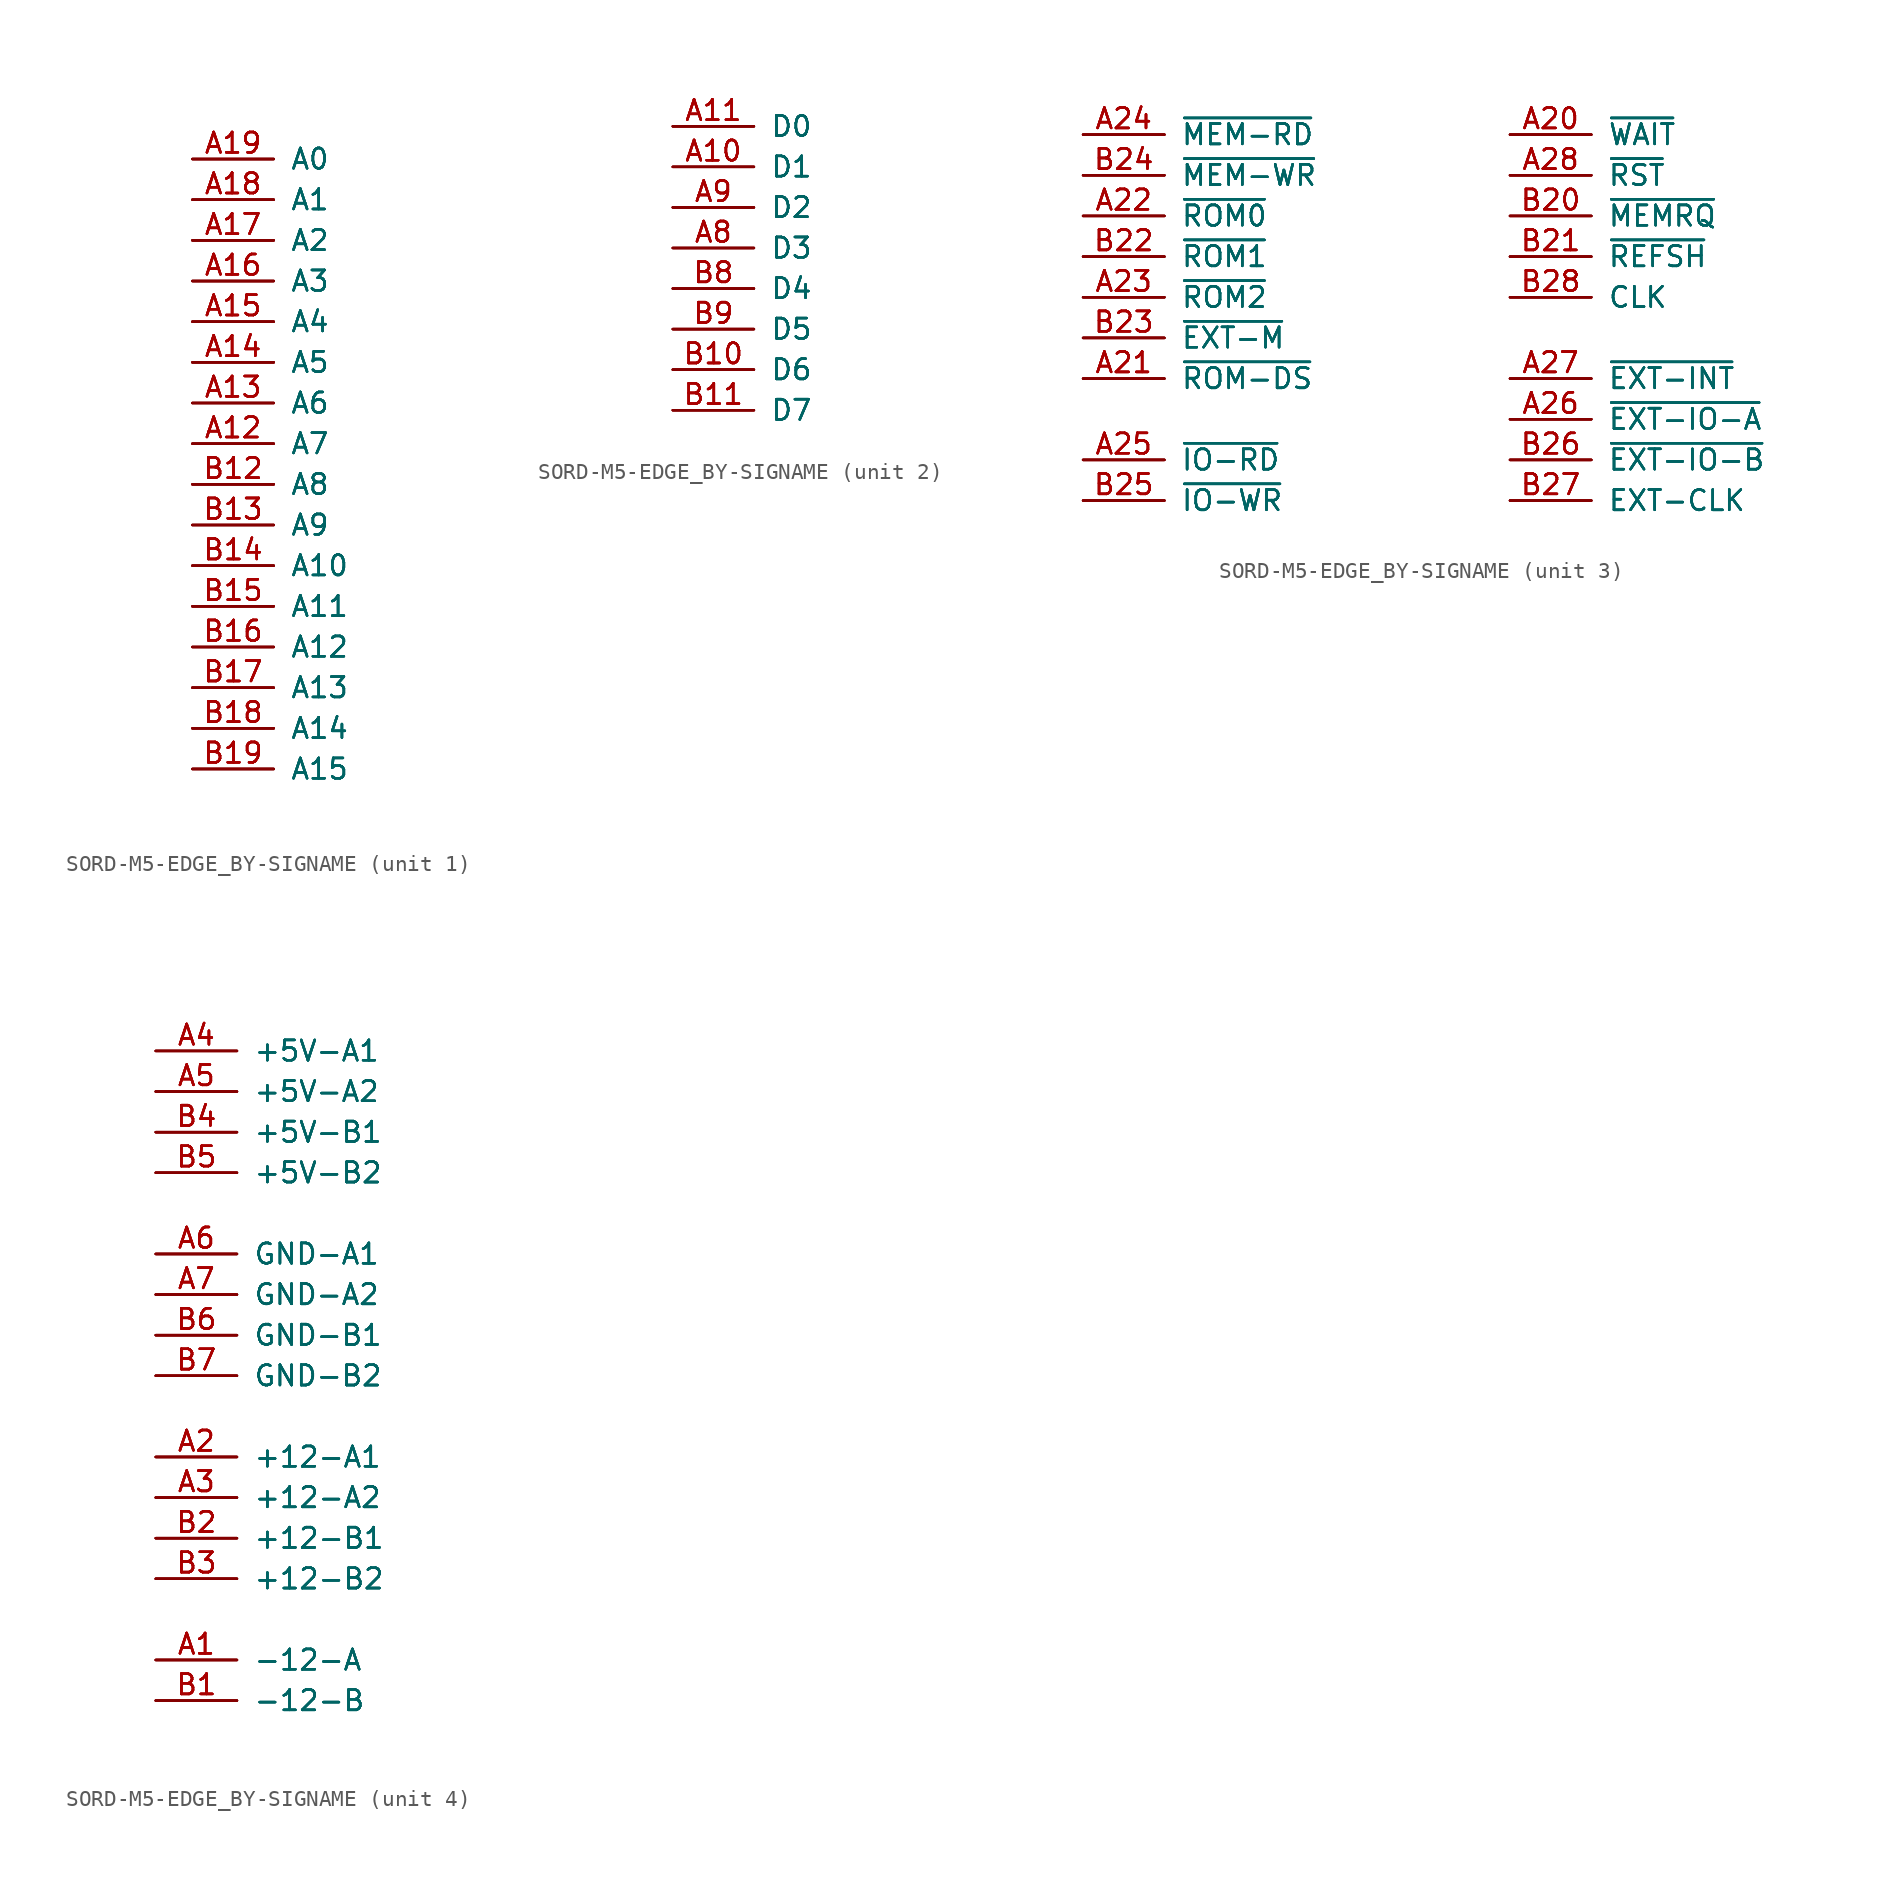
<source format=kicad_sym>
(kicad_symbol_lib
  (version 20231120)
  (generator "kicad_symbol_editor")
  (generator_version "8.0")
  (symbol "SORD-M5-EDGE_BY-SIGNAME"
    (pin_names
      (offset 1.016))
    (property "Reference" "U"
      (at -4.572 28.194 0)
      (effects (font (size 1.27 1.27)) (hide yes)))
    (property "ki_locked" ""
      (at 0 0 0)
      (effects (font (size 1.27 1.27))))
    (symbol "SORD-M5-EDGE_BY-SIGNAME_1_0"
      (pin output line (at -2.54 1.27 0) (length 5.08) (name "A7" (effects (font (size 1.27 1.27)))) (number "A12" (effects (font (size 1.27 1.27)))))
      (pin output line (at -2.54 1.27 0) (length 5.08) (name "A7" (effects (font (size 1.27 1.27)))) (number "A12" (effects (font (size 1.27 1.27)))))
      (pin output line (at -2.54 1.27 0) (length 5.08) (name "A7" (effects (font (size 1.27 1.27)))) (number "A12" (effects (font (size 1.27 1.27)))))
      (pin output line (at -2.54 1.27 0) (length 5.08) (name "A7" (effects (font (size 1.27 1.27)))) (number "A12" (effects (font (size 1.27 1.27)))))
      (pin output line (at -2.54 3.81 0) (length 5.08) (name "A6" (effects (font (size 1.27 1.27)))) (number "A13" (effects (font (size 1.27 1.27)))))
      (pin output line (at -2.54 3.81 0) (length 5.08) (name "A6" (effects (font (size 1.27 1.27)))) (number "A13" (effects (font (size 1.27 1.27)))))
      (pin output line (at -2.54 3.81 0) (length 5.08) (name "A6" (effects (font (size 1.27 1.27)))) (number "A13" (effects (font (size 1.27 1.27)))))
      (pin output line (at -2.54 3.81 0) (length 5.08) (name "A6" (effects (font (size 1.27 1.27)))) (number "A13" (effects (font (size 1.27 1.27)))))
      (pin output line (at -2.54 6.35 0) (length 5.08) (name "A5" (effects (font (size 1.27 1.27)))) (number "A14" (effects (font (size 1.27 1.27)))))
      (pin output line (at -2.54 6.35 0) (length 5.08) (name "A5" (effects (font (size 1.27 1.27)))) (number "A14" (effects (font (size 1.27 1.27)))))
      (pin output line (at -2.54 6.35 0) (length 5.08) (name "A5" (effects (font (size 1.27 1.27)))) (number "A14" (effects (font (size 1.27 1.27)))))
      (pin output line (at -2.54 6.35 0) (length 5.08) (name "A5" (effects (font (size 1.27 1.27)))) (number "A14" (effects (font (size 1.27 1.27)))))
      (pin output line (at -2.54 8.89 0) (length 5.08) (name "A4" (effects (font (size 1.27 1.27)))) (number "A15" (effects (font (size 1.27 1.27)))))
      (pin output line (at -2.54 8.89 0) (length 5.08) (name "A4" (effects (font (size 1.27 1.27)))) (number "A15" (effects (font (size 1.27 1.27)))))
      (pin output line (at -2.54 8.89 0) (length 5.08) (name "A4" (effects (font (size 1.27 1.27)))) (number "A15" (effects (font (size 1.27 1.27)))))
      (pin output line (at -2.54 8.89 0) (length 5.08) (name "A4" (effects (font (size 1.27 1.27)))) (number "A15" (effects (font (size 1.27 1.27)))))
      (pin output line (at -2.54 11.43 0) (length 5.08) (name "A3" (effects (font (size 1.27 1.27)))) (number "A16" (effects (font (size 1.27 1.27)))))
      (pin output line (at -2.54 11.43 0) (length 5.08) (name "A3" (effects (font (size 1.27 1.27)))) (number "A16" (effects (font (size 1.27 1.27)))))
      (pin output line (at -2.54 11.43 0) (length 5.08) (name "A3" (effects (font (size 1.27 1.27)))) (number "A16" (effects (font (size 1.27 1.27)))))
      (pin output line (at -2.54 11.43 0) (length 5.08) (name "A3" (effects (font (size 1.27 1.27)))) (number "A16" (effects (font (size 1.27 1.27)))))
      (pin output line (at -2.54 13.97 0) (length 5.08) (name "A2" (effects (font (size 1.27 1.27)))) (number "A17" (effects (font (size 1.27 1.27)))))
      (pin output line (at -2.54 13.97 0) (length 5.08) (name "A2" (effects (font (size 1.27 1.27)))) (number "A17" (effects (font (size 1.27 1.27)))))
      (pin output line (at -2.54 13.97 0) (length 5.08) (name "A2" (effects (font (size 1.27 1.27)))) (number "A17" (effects (font (size 1.27 1.27)))))
      (pin output line (at -2.54 13.97 0) (length 5.08) (name "A2" (effects (font (size 1.27 1.27)))) (number "A17" (effects (font (size 1.27 1.27)))))
      (pin output line (at -2.54 16.51 0) (length 5.08) (name "A1" (effects (font (size 1.27 1.27)))) (number "A18" (effects (font (size 1.27 1.27)))))
      (pin output line (at -2.54 16.51 0) (length 5.08) (name "A1" (effects (font (size 1.27 1.27)))) (number "A18" (effects (font (size 1.27 1.27)))))
      (pin output line (at -2.54 16.51 0) (length 5.08) (name "A1" (effects (font (size 1.27 1.27)))) (number "A18" (effects (font (size 1.27 1.27)))))
      (pin output line (at -2.54 16.51 0) (length 5.08) (name "A1" (effects (font (size 1.27 1.27)))) (number "A18" (effects (font (size 1.27 1.27)))))
      (pin output line (at -2.54 19.05 0) (length 5.08) (name "A0" (effects (font (size 1.27 1.27)))) (number "A19" (effects (font (size 1.27 1.27)))))
      (pin output line (at -2.54 19.05 0) (length 5.08) (name "A0" (effects (font (size 1.27 1.27)))) (number "A19" (effects (font (size 1.27 1.27)))))
      (pin output line (at -2.54 19.05 0) (length 5.08) (name "A0" (effects (font (size 1.27 1.27)))) (number "A19" (effects (font (size 1.27 1.27)))))
      (pin output line (at -2.54 19.05 0) (length 5.08) (name "A0" (effects (font (size 1.27 1.27)))) (number "A19" (effects (font (size 1.27 1.27)))))
      (pin output line (at -2.54 -1.27 0) (length 5.08) (name "A8" (effects (font (size 1.27 1.27)))) (number "B12" (effects (font (size 1.27 1.27)))))
      (pin output line (at -2.54 -1.27 0) (length 5.08) (name "A8" (effects (font (size 1.27 1.27)))) (number "B12" (effects (font (size 1.27 1.27)))))
      (pin output line (at -2.54 -1.27 0) (length 5.08) (name "A8" (effects (font (size 1.27 1.27)))) (number "B12" (effects (font (size 1.27 1.27)))))
      (pin output line (at -2.54 -1.27 0) (length 5.08) (name "A8" (effects (font (size 1.27 1.27)))) (number "B12" (effects (font (size 1.27 1.27)))))
      (pin output line (at -2.54 -3.81 0) (length 5.08) (name "A9" (effects (font (size 1.27 1.27)))) (number "B13" (effects (font (size 1.27 1.27)))))
      (pin output line (at -2.54 -3.81 0) (length 5.08) (name "A9" (effects (font (size 1.27 1.27)))) (number "B13" (effects (font (size 1.27 1.27)))))
      (pin output line (at -2.54 -3.81 0) (length 5.08) (name "A9" (effects (font (size 1.27 1.27)))) (number "B13" (effects (font (size 1.27 1.27)))))
      (pin output line (at -2.54 -3.81 0) (length 5.08) (name "A9" (effects (font (size 1.27 1.27)))) (number "B13" (effects (font (size 1.27 1.27)))))
      (pin output line (at -2.54 -6.35 0) (length 5.08) (name "A10" (effects (font (size 1.27 1.27)))) (number "B14" (effects (font (size 1.27 1.27)))))
      (pin output line (at -2.54 -6.35 0) (length 5.08) (name "A10" (effects (font (size 1.27 1.27)))) (number "B14" (effects (font (size 1.27 1.27)))))
      (pin output line (at -2.54 -6.35 0) (length 5.08) (name "A10" (effects (font (size 1.27 1.27)))) (number "B14" (effects (font (size 1.27 1.27)))))
      (pin output line (at -2.54 -6.35 0) (length 5.08) (name "A10" (effects (font (size 1.27 1.27)))) (number "B14" (effects (font (size 1.27 1.27)))))
      (pin output line (at -2.54 -8.89 0) (length 5.08) (name "A11" (effects (font (size 1.27 1.27)))) (number "B15" (effects (font (size 1.27 1.27)))))
      (pin output line (at -2.54 -8.89 0) (length 5.08) (name "A11" (effects (font (size 1.27 1.27)))) (number "B15" (effects (font (size 1.27 1.27)))))
      (pin output line (at -2.54 -8.89 0) (length 5.08) (name "A11" (effects (font (size 1.27 1.27)))) (number "B15" (effects (font (size 1.27 1.27)))))
      (pin output line (at -2.54 -8.89 0) (length 5.08) (name "A11" (effects (font (size 1.27 1.27)))) (number "B15" (effects (font (size 1.27 1.27)))))
      (pin output line (at -2.54 -11.43 0) (length 5.08) (name "A12" (effects (font (size 1.27 1.27)))) (number "B16" (effects (font (size 1.27 1.27)))))
      (pin output line (at -2.54 -11.43 0) (length 5.08) (name "A12" (effects (font (size 1.27 1.27)))) (number "B16" (effects (font (size 1.27 1.27)))))
      (pin output line (at -2.54 -11.43 0) (length 5.08) (name "A12" (effects (font (size 1.27 1.27)))) (number "B16" (effects (font (size 1.27 1.27)))))
      (pin output line (at -2.54 -11.43 0) (length 5.08) (name "A12" (effects (font (size 1.27 1.27)))) (number "B16" (effects (font (size 1.27 1.27)))))
      (pin output line (at -2.54 -13.97 0) (length 5.08) (name "A13" (effects (font (size 1.27 1.27)))) (number "B17" (effects (font (size 1.27 1.27)))))
      (pin output line (at -2.54 -13.97 0) (length 5.08) (name "A13" (effects (font (size 1.27 1.27)))) (number "B17" (effects (font (size 1.27 1.27)))))
      (pin output line (at -2.54 -13.97 0) (length 5.08) (name "A13" (effects (font (size 1.27 1.27)))) (number "B17" (effects (font (size 1.27 1.27)))))
      (pin output line (at -2.54 -13.97 0) (length 5.08) (name "A13" (effects (font (size 1.27 1.27)))) (number "B17" (effects (font (size 1.27 1.27)))))
      (pin output line (at -2.54 -16.51 0) (length 5.08) (name "A14" (effects (font (size 1.27 1.27)))) (number "B18" (effects (font (size 1.27 1.27)))))
      (pin output line (at -2.54 -16.51 0) (length 5.08) (name "A14" (effects (font (size 1.27 1.27)))) (number "B18" (effects (font (size 1.27 1.27)))))
      (pin output line (at -2.54 -16.51 0) (length 5.08) (name "A14" (effects (font (size 1.27 1.27)))) (number "B18" (effects (font (size 1.27 1.27)))))
      (pin output line (at -2.54 -16.51 0) (length 5.08) (name "A14" (effects (font (size 1.27 1.27)))) (number "B18" (effects (font (size 1.27 1.27)))))
      (pin output line (at -2.54 -19.05 0) (length 5.08) (name "A15" (effects (font (size 1.27 1.27)))) (number "B19" (effects (font (size 1.27 1.27)))))
      (pin output line (at -2.54 -19.05 0) (length 5.08) (name "A15" (effects (font (size 1.27 1.27)))) (number "B19" (effects (font (size 1.27 1.27)))))
      (pin output line (at -2.54 -19.05 0) (length 5.08) (name "A15" (effects (font (size 1.27 1.27)))) (number "B19" (effects (font (size 1.27 1.27)))))
      (pin output line (at -2.54 -19.05 0) (length 5.08) (name "A15" (effects (font (size 1.27 1.27)))) (number "B19" (effects (font (size 1.27 1.27))))))
    (symbol "SORD-M5-EDGE_BY-SIGNAME_2_0"
      (pin bidirectional line (at -1.27 6.35 0) (length 5.08) (name "D1" (effects (font (size 1.27 1.27)))) (number "A10" (effects (font (size 1.27 1.27)))))
      (pin bidirectional line (at -1.27 6.35 0) (length 5.08) (name "D1" (effects (font (size 1.27 1.27)))) (number "A10" (effects (font (size 1.27 1.27)))))
      (pin bidirectional line (at -1.27 6.35 0) (length 5.08) (name "D1" (effects (font (size 1.27 1.27)))) (number "A10" (effects (font (size 1.27 1.27)))))
      (pin bidirectional line (at -1.27 6.35 0) (length 5.08) (name "D1" (effects (font (size 1.27 1.27)))) (number "A10" (effects (font (size 1.27 1.27)))))
      (pin bidirectional line (at -1.27 8.89 0) (length 5.08) (name "D0" (effects (font (size 1.27 1.27)))) (number "A11" (effects (font (size 1.27 1.27)))))
      (pin bidirectional line (at -1.27 8.89 0) (length 5.08) (name "D0" (effects (font (size 1.27 1.27)))) (number "A11" (effects (font (size 1.27 1.27)))))
      (pin bidirectional line (at -1.27 8.89 0) (length 5.08) (name "D0" (effects (font (size 1.27 1.27)))) (number "A11" (effects (font (size 1.27 1.27)))))
      (pin bidirectional line (at -1.27 8.89 0) (length 5.08) (name "D0" (effects (font (size 1.27 1.27)))) (number "A11" (effects (font (size 1.27 1.27)))))
      (pin bidirectional line (at -1.27 1.27 0) (length 5.08) (name "D3" (effects (font (size 1.27 1.27)))) (number "A8" (effects (font (size 1.27 1.27)))))
      (pin bidirectional line (at -1.27 1.27 0) (length 5.08) (name "D3" (effects (font (size 1.27 1.27)))) (number "A8" (effects (font (size 1.27 1.27)))))
      (pin bidirectional line (at -1.27 1.27 0) (length 5.08) (name "D3" (effects (font (size 1.27 1.27)))) (number "A8" (effects (font (size 1.27 1.27)))))
      (pin bidirectional line (at -1.27 1.27 0) (length 5.08) (name "D3" (effects (font (size 1.27 1.27)))) (number "A8" (effects (font (size 1.27 1.27)))))
      (pin bidirectional line (at -1.27 3.81 0) (length 5.08) (name "D2" (effects (font (size 1.27 1.27)))) (number "A9" (effects (font (size 1.27 1.27)))))
      (pin bidirectional line (at -1.27 3.81 0) (length 5.08) (name "D2" (effects (font (size 1.27 1.27)))) (number "A9" (effects (font (size 1.27 1.27)))))
      (pin bidirectional line (at -1.27 3.81 0) (length 5.08) (name "D2" (effects (font (size 1.27 1.27)))) (number "A9" (effects (font (size 1.27 1.27)))))
      (pin bidirectional line (at -1.27 3.81 0) (length 5.08) (name "D2" (effects (font (size 1.27 1.27)))) (number "A9" (effects (font (size 1.27 1.27)))))
      (pin bidirectional line (at -1.27 -6.35 0) (length 5.08) (name "D6" (effects (font (size 1.27 1.27)))) (number "B10" (effects (font (size 1.27 1.27)))))
      (pin bidirectional line (at -1.27 -6.35 0) (length 5.08) (name "D6" (effects (font (size 1.27 1.27)))) (number "B10" (effects (font (size 1.27 1.27)))))
      (pin bidirectional line (at -1.27 -6.35 0) (length 5.08) (name "D6" (effects (font (size 1.27 1.27)))) (number "B10" (effects (font (size 1.27 1.27)))))
      (pin bidirectional line (at -1.27 -6.35 0) (length 5.08) (name "D6" (effects (font (size 1.27 1.27)))) (number "B10" (effects (font (size 1.27 1.27)))))
      (pin bidirectional line (at -1.27 -8.89 0) (length 5.08) (name "D7" (effects (font (size 1.27 1.27)))) (number "B11" (effects (font (size 1.27 1.27)))))
      (pin bidirectional line (at -1.27 -8.89 0) (length 5.08) (name "D7" (effects (font (size 1.27 1.27)))) (number "B11" (effects (font (size 1.27 1.27)))))
      (pin bidirectional line (at -1.27 -8.89 0) (length 5.08) (name "D7" (effects (font (size 1.27 1.27)))) (number "B11" (effects (font (size 1.27 1.27)))))
      (pin bidirectional line (at -1.27 -8.89 0) (length 5.08) (name "D7" (effects (font (size 1.27 1.27)))) (number "B11" (effects (font (size 1.27 1.27)))))
      (pin bidirectional line (at -1.27 -1.27 0) (length 5.08) (name "D4" (effects (font (size 1.27 1.27)))) (number "B8" (effects (font (size 1.27 1.27)))))
      (pin bidirectional line (at -1.27 -1.27 0) (length 5.08) (name "D4" (effects (font (size 1.27 1.27)))) (number "B8" (effects (font (size 1.27 1.27)))))
      (pin bidirectional line (at -1.27 -1.27 0) (length 5.08) (name "D4" (effects (font (size 1.27 1.27)))) (number "B8" (effects (font (size 1.27 1.27)))))
      (pin bidirectional line (at -1.27 -1.27 0) (length 5.08) (name "D4" (effects (font (size 1.27 1.27)))) (number "B8" (effects (font (size 1.27 1.27)))))
      (pin bidirectional line (at -1.27 -3.81 0) (length 5.08) (name "D5" (effects (font (size 1.27 1.27)))) (number "B9" (effects (font (size 1.27 1.27)))))
      (pin bidirectional line (at -1.27 -3.81 0) (length 5.08) (name "D5" (effects (font (size 1.27 1.27)))) (number "B9" (effects (font (size 1.27 1.27)))))
      (pin bidirectional line (at -1.27 -3.81 0) (length 5.08) (name "D5" (effects (font (size 1.27 1.27)))) (number "B9" (effects (font (size 1.27 1.27)))))
      (pin bidirectional line (at -1.27 -3.81 0) (length 5.08) (name "D5" (effects (font (size 1.27 1.27)))) (number "B9" (effects (font (size 1.27 1.27))))))
    (symbol "SORD-M5-EDGE_BY-SIGNAME_3_0"
      (pin input line (at 11.43 11.43 0) (length 5.08) (name "~{WAIT}" (effects (font (size 1.27 1.27)))) (number "A20" (effects (font (size 1.27 1.27)))))
      (pin input line (at 11.43 11.43 0) (length 5.08) (name "~{WAIT}" (effects (font (size 1.27 1.27)))) (number "A20" (effects (font (size 1.27 1.27)))))
      (pin input line (at 11.43 11.43 0) (length 5.08) (name "~{WAIT}" (effects (font (size 1.27 1.27)))) (number "A20" (effects (font (size 1.27 1.27)))))
      (pin input line (at 11.43 11.43 0) (length 5.08) (name "~{WAIT}" (effects (font (size 1.27 1.27)))) (number "A20" (effects (font (size 1.27 1.27)))))
      (pin input line (at -15.24 -3.81 0) (length 5.08) (name "~{ROM-DS}" (effects (font (size 1.27 1.27)))) (number "A21" (effects (font (size 1.27 1.27)))))
      (pin input line (at -15.24 -3.81 0) (length 5.08) (name "~{ROM-DS}" (effects (font (size 1.27 1.27)))) (number "A21" (effects (font (size 1.27 1.27)))))
      (pin input line (at -15.24 -3.81 0) (length 5.08) (name "~{ROM-DS}" (effects (font (size 1.27 1.27)))) (number "A21" (effects (font (size 1.27 1.27)))))
      (pin input line (at -15.24 -3.81 0) (length 5.08) (name "~{ROM-DS}" (effects (font (size 1.27 1.27)))) (number "A21" (effects (font (size 1.27 1.27)))))
      (pin output line (at -15.24 6.35 0) (length 5.08) (name "~{ROM0}" (effects (font (size 1.27 1.27)))) (number "A22" (effects (font (size 1.27 1.27)))))
      (pin output line (at -15.24 6.35 0) (length 5.08) (name "~{ROM0}" (effects (font (size 1.27 1.27)))) (number "A22" (effects (font (size 1.27 1.27)))))
      (pin output line (at -15.24 6.35 0) (length 5.08) (name "~{ROM0}" (effects (font (size 1.27 1.27)))) (number "A22" (effects (font (size 1.27 1.27)))))
      (pin output line (at -15.24 6.35 0) (length 5.08) (name "~{ROM0}" (effects (font (size 1.27 1.27)))) (number "A22" (effects (font (size 1.27 1.27)))))
      (pin output line (at -15.24 1.27 0) (length 5.08) (name "~{ROM2}" (effects (font (size 1.27 1.27)))) (number "A23" (effects (font (size 1.27 1.27)))))
      (pin output line (at -15.24 1.27 0) (length 5.08) (name "~{ROM2}" (effects (font (size 1.27 1.27)))) (number "A23" (effects (font (size 1.27 1.27)))))
      (pin output line (at -15.24 1.27 0) (length 5.08) (name "~{ROM2}" (effects (font (size 1.27 1.27)))) (number "A23" (effects (font (size 1.27 1.27)))))
      (pin output line (at -15.24 1.27 0) (length 5.08) (name "~{ROM2}" (effects (font (size 1.27 1.27)))) (number "A23" (effects (font (size 1.27 1.27)))))
      (pin output line (at -15.24 11.43 0) (length 5.08) (name "~{MEM-RD}" (effects (font (size 1.27 1.27)))) (number "A24" (effects (font (size 1.27 1.27)))))
      (pin output line (at -15.24 11.43 0) (length 5.08) (name "~{MEM-RD}" (effects (font (size 1.27 1.27)))) (number "A24" (effects (font (size 1.27 1.27)))))
      (pin output line (at -15.24 11.43 0) (length 5.08) (name "~{MEM-RD}" (effects (font (size 1.27 1.27)))) (number "A24" (effects (font (size 1.27 1.27)))))
      (pin output line (at -15.24 11.43 0) (length 5.08) (name "~{MEM-RD}" (effects (font (size 1.27 1.27)))) (number "A24" (effects (font (size 1.27 1.27)))))
      (pin output line (at -15.24 -8.89 0) (length 5.08) (name "~{IO-RD}" (effects (font (size 1.27 1.27)))) (number "A25" (effects (font (size 1.27 1.27)))))
      (pin output line (at -15.24 -8.89 0) (length 5.08) (name "~{IO-RD}" (effects (font (size 1.27 1.27)))) (number "A25" (effects (font (size 1.27 1.27)))))
      (pin output line (at -15.24 -8.89 0) (length 5.08) (name "~{IO-RD}" (effects (font (size 1.27 1.27)))) (number "A25" (effects (font (size 1.27 1.27)))))
      (pin output line (at -15.24 -8.89 0) (length 5.08) (name "~{IO-RD}" (effects (font (size 1.27 1.27)))) (number "A25" (effects (font (size 1.27 1.27)))))
      (pin output line (at 11.43 -6.35 0) (length 5.08) (name "~{EXT-IO-A}" (effects (font (size 1.27 1.27)))) (number "A26" (effects (font (size 1.27 1.27)))))
      (pin output line (at 11.43 -6.35 0) (length 5.08) (name "~{EXT-IO-A}" (effects (font (size 1.27 1.27)))) (number "A26" (effects (font (size 1.27 1.27)))))
      (pin output line (at 11.43 -6.35 0) (length 5.08) (name "~{EXT-IO-A}" (effects (font (size 1.27 1.27)))) (number "A26" (effects (font (size 1.27 1.27)))))
      (pin output line (at 11.43 -6.35 0) (length 5.08) (name "~{EXT-IO-A}" (effects (font (size 1.27 1.27)))) (number "A26" (effects (font (size 1.27 1.27)))))
      (pin output line (at 11.43 -3.81 0) (length 5.08) (name "~{EXT-INT}" (effects (font (size 1.27 1.27)))) (number "A27" (effects (font (size 1.27 1.27)))))
      (pin output line (at 11.43 -3.81 0) (length 5.08) (name "~{EXT-INT}" (effects (font (size 1.27 1.27)))) (number "A27" (effects (font (size 1.27 1.27)))))
      (pin output line (at 11.43 -3.81 0) (length 5.08) (name "~{EXT-INT}" (effects (font (size 1.27 1.27)))) (number "A27" (effects (font (size 1.27 1.27)))))
      (pin output line (at 11.43 -3.81 0) (length 5.08) (name "~{EXT-INT}" (effects (font (size 1.27 1.27)))) (number "A27" (effects (font (size 1.27 1.27)))))
      (pin output line (at 11.43 8.89 0) (length 5.08) (name "~{RST}" (effects (font (size 1.27 1.27)))) (number "A28" (effects (font (size 1.27 1.27)))))
      (pin output line (at 11.43 8.89 0) (length 5.08) (name "~{RST}" (effects (font (size 1.27 1.27)))) (number "A28" (effects (font (size 1.27 1.27)))))
      (pin output line (at 11.43 8.89 0) (length 5.08) (name "~{RST}" (effects (font (size 1.27 1.27)))) (number "A28" (effects (font (size 1.27 1.27)))))
      (pin output line (at 11.43 8.89 0) (length 5.08) (name "~{RST}" (effects (font (size 1.27 1.27)))) (number "A28" (effects (font (size 1.27 1.27)))))
      (pin output line (at 11.43 6.35 0) (length 5.08) (name "~{MEMRQ}" (effects (font (size 1.27 1.27)))) (number "B20" (effects (font (size 1.27 1.27)))))
      (pin output line (at 11.43 6.35 0) (length 5.08) (name "~{MEMRQ}" (effects (font (size 1.27 1.27)))) (number "B20" (effects (font (size 1.27 1.27)))))
      (pin output line (at 11.43 6.35 0) (length 5.08) (name "~{MEMRQ}" (effects (font (size 1.27 1.27)))) (number "B20" (effects (font (size 1.27 1.27)))))
      (pin output line (at 11.43 6.35 0) (length 5.08) (name "~{MEMRQ}" (effects (font (size 1.27 1.27)))) (number "B20" (effects (font (size 1.27 1.27)))))
      (pin output line (at 11.43 3.81 0) (length 5.08) (name "~{REFSH}" (effects (font (size 1.27 1.27)))) (number "B21" (effects (font (size 1.27 1.27)))))
      (pin output line (at 11.43 3.81 0) (length 5.08) (name "~{REFSH}" (effects (font (size 1.27 1.27)))) (number "B21" (effects (font (size 1.27 1.27)))))
      (pin output line (at 11.43 3.81 0) (length 5.08) (name "~{REFSH}" (effects (font (size 1.27 1.27)))) (number "B21" (effects (font (size 1.27 1.27)))))
      (pin output line (at 11.43 3.81 0) (length 5.08) (name "~{REFSH}" (effects (font (size 1.27 1.27)))) (number "B21" (effects (font (size 1.27 1.27)))))
      (pin output line (at -15.24 3.81 0) (length 5.08) (name "~{ROM1}" (effects (font (size 1.27 1.27)))) (number "B22" (effects (font (size 1.27 1.27)))))
      (pin output line (at -15.24 3.81 0) (length 5.08) (name "~{ROM1}" (effects (font (size 1.27 1.27)))) (number "B22" (effects (font (size 1.27 1.27)))))
      (pin output line (at -15.24 3.81 0) (length 5.08) (name "~{ROM1}" (effects (font (size 1.27 1.27)))) (number "B22" (effects (font (size 1.27 1.27)))))
      (pin output line (at -15.24 3.81 0) (length 5.08) (name "~{ROM1}" (effects (font (size 1.27 1.27)))) (number "B22" (effects (font (size 1.27 1.27)))))
      (pin output line (at -15.24 -1.27 0) (length 5.08) (name "~{EXT-M}" (effects (font (size 1.27 1.27)))) (number "B23" (effects (font (size 1.27 1.27)))))
      (pin output line (at -15.24 -1.27 0) (length 5.08) (name "~{EXT-M}" (effects (font (size 1.27 1.27)))) (number "B23" (effects (font (size 1.27 1.27)))))
      (pin output line (at -15.24 -1.27 0) (length 5.08) (name "~{EXT-M}" (effects (font (size 1.27 1.27)))) (number "B23" (effects (font (size 1.27 1.27)))))
      (pin output line (at -15.24 -1.27 0) (length 5.08) (name "~{EXT-M}" (effects (font (size 1.27 1.27)))) (number "B23" (effects (font (size 1.27 1.27)))))
      (pin output line (at -15.24 8.89 0) (length 5.08) (name "~{MEM-WR}" (effects (font (size 1.27 1.27)))) (number "B24" (effects (font (size 1.27 1.27)))))
      (pin output line (at -15.24 8.89 0) (length 5.08) (name "~{MEM-WR}" (effects (font (size 1.27 1.27)))) (number "B24" (effects (font (size 1.27 1.27)))))
      (pin output line (at -15.24 8.89 0) (length 5.08) (name "~{MEM-WR}" (effects (font (size 1.27 1.27)))) (number "B24" (effects (font (size 1.27 1.27)))))
      (pin output line (at -15.24 8.89 0) (length 5.08) (name "~{MEM-WR}" (effects (font (size 1.27 1.27)))) (number "B24" (effects (font (size 1.27 1.27)))))
      (pin output line (at -15.24 -11.43 0) (length 5.08) (name "~{IO-WR}" (effects (font (size 1.27 1.27)))) (number "B25" (effects (font (size 1.27 1.27)))))
      (pin output line (at -15.24 -11.43 0) (length 5.08) (name "~{IO-WR}" (effects (font (size 1.27 1.27)))) (number "B25" (effects (font (size 1.27 1.27)))))
      (pin output line (at -15.24 -11.43 0) (length 5.08) (name "~{IO-WR}" (effects (font (size 1.27 1.27)))) (number "B25" (effects (font (size 1.27 1.27)))))
      (pin output line (at -15.24 -11.43 0) (length 5.08) (name "~{IO-WR}" (effects (font (size 1.27 1.27)))) (number "B25" (effects (font (size 1.27 1.27)))))
      (pin output line (at 11.43 -8.89 0) (length 5.08) (name "~{EXT-IO-B}" (effects (font (size 1.27 1.27)))) (number "B26" (effects (font (size 1.27 1.27)))))
      (pin output line (at 11.43 -8.89 0) (length 5.08) (name "~{EXT-IO-B}" (effects (font (size 1.27 1.27)))) (number "B26" (effects (font (size 1.27 1.27)))))
      (pin output line (at 11.43 -8.89 0) (length 5.08) (name "~{EXT-IO-B}" (effects (font (size 1.27 1.27)))) (number "B26" (effects (font (size 1.27 1.27)))))
      (pin output line (at 11.43 -8.89 0) (length 5.08) (name "~{EXT-IO-B}" (effects (font (size 1.27 1.27)))) (number "B26" (effects (font (size 1.27 1.27)))))
      (pin output line (at 11.43 -11.43 0) (length 5.08) (name "EXT-CLK" (effects (font (size 1.27 1.27)))) (number "B27" (effects (font (size 1.27 1.27)))))
      (pin output line (at 11.43 -11.43 0) (length 5.08) (name "EXT-CLK" (effects (font (size 1.27 1.27)))) (number "B27" (effects (font (size 1.27 1.27)))))
      (pin output line (at 11.43 -11.43 0) (length 5.08) (name "EXT-CLK" (effects (font (size 1.27 1.27)))) (number "B27" (effects (font (size 1.27 1.27)))))
      (pin output line (at 11.43 -11.43 0) (length 5.08) (name "EXT-CLK" (effects (font (size 1.27 1.27)))) (number "B27" (effects (font (size 1.27 1.27)))))
      (pin output line (at 11.43 1.27 0) (length 5.08) (name "CLK" (effects (font (size 1.27 1.27)))) (number "B28" (effects (font (size 1.27 1.27)))))
      (pin output line (at 11.43 1.27 0) (length 5.08) (name "CLK" (effects (font (size 1.27 1.27)))) (number "B28" (effects (font (size 1.27 1.27)))))
      (pin output line (at 11.43 1.27 0) (length 5.08) (name "CLK" (effects (font (size 1.27 1.27)))) (number "B28" (effects (font (size 1.27 1.27)))))
      (pin output line (at 11.43 1.27 0) (length 5.08) (name "CLK" (effects (font (size 1.27 1.27)))) (number "B28" (effects (font (size 1.27 1.27))))))
    (symbol "SORD-M5-EDGE_BY-SIGNAME_4_0"
      (pin power_out line (at -2.54 -19.05 0) (length 5.08) (name "-12-A" (effects (font (size 1.27 1.27)))) (number "A1" (effects (font (size 1.27 1.27)))))
      (pin power_out line (at -2.54 -19.05 0) (length 5.08) (name "-12-A" (effects (font (size 1.27 1.27)))) (number "A1" (effects (font (size 1.27 1.27)))))
      (pin power_out line (at -2.54 -19.05 0) (length 5.08) (name "-12-A" (effects (font (size 1.27 1.27)))) (number "A1" (effects (font (size 1.27 1.27)))))
      (pin power_out line (at -2.54 -19.05 0) (length 5.08) (name "-12-A" (effects (font (size 1.27 1.27)))) (number "A1" (effects (font (size 1.27 1.27)))))
      (pin power_out line (at -2.54 -6.35 0) (length 5.08) (name "+12-A1" (effects (font (size 1.27 1.27)))) (number "A2" (effects (font (size 1.27 1.27)))))
      (pin power_out line (at -2.54 -6.35 0) (length 5.08) (name "+12-A1" (effects (font (size 1.27 1.27)))) (number "A2" (effects (font (size 1.27 1.27)))))
      (pin power_out line (at -2.54 -6.35 0) (length 5.08) (name "+12-A1" (effects (font (size 1.27 1.27)))) (number "A2" (effects (font (size 1.27 1.27)))))
      (pin power_out line (at -2.54 -6.35 0) (length 5.08) (name "+12-A1" (effects (font (size 1.27 1.27)))) (number "A2" (effects (font (size 1.27 1.27)))))
      (pin power_out line (at -2.54 -8.89 0) (length 5.08) (name "+12-A2" (effects (font (size 1.27 1.27)))) (number "A3" (effects (font (size 1.27 1.27)))))
      (pin power_out line (at -2.54 -8.89 0) (length 5.08) (name "+12-A2" (effects (font (size 1.27 1.27)))) (number "A3" (effects (font (size 1.27 1.27)))))
      (pin power_out line (at -2.54 -8.89 0) (length 5.08) (name "+12-A2" (effects (font (size 1.27 1.27)))) (number "A3" (effects (font (size 1.27 1.27)))))
      (pin power_out line (at -2.54 -8.89 0) (length 5.08) (name "+12-A2" (effects (font (size 1.27 1.27)))) (number "A3" (effects (font (size 1.27 1.27)))))
      (pin power_out line (at -2.54 19.05 0) (length 5.08) (name "+5V-A1" (effects (font (size 1.27 1.27)))) (number "A4" (effects (font (size 1.27 1.27)))))
      (pin power_out line (at -2.54 19.05 0) (length 5.08) (name "+5V-A1" (effects (font (size 1.27 1.27)))) (number "A4" (effects (font (size 1.27 1.27)))))
      (pin power_out line (at -2.54 19.05 0) (length 5.08) (name "+5V-A1" (effects (font (size 1.27 1.27)))) (number "A4" (effects (font (size 1.27 1.27)))))
      (pin power_out line (at -2.54 19.05 0) (length 5.08) (name "+5V-A1" (effects (font (size 1.27 1.27)))) (number "A4" (effects (font (size 1.27 1.27)))))
      (pin power_out line (at -2.54 16.51 0) (length 5.08) (name "+5V-A2" (effects (font (size 1.27 1.27)))) (number "A5" (effects (font (size 1.27 1.27)))))
      (pin power_out line (at -2.54 16.51 0) (length 5.08) (name "+5V-A2" (effects (font (size 1.27 1.27)))) (number "A5" (effects (font (size 1.27 1.27)))))
      (pin power_out line (at -2.54 16.51 0) (length 5.08) (name "+5V-A2" (effects (font (size 1.27 1.27)))) (number "A5" (effects (font (size 1.27 1.27)))))
      (pin power_out line (at -2.54 16.51 0) (length 5.08) (name "+5V-A2" (effects (font (size 1.27 1.27)))) (number "A5" (effects (font (size 1.27 1.27)))))
      (pin power_out line (at -2.54 6.35 0) (length 5.08) (name "GND-A1" (effects (font (size 1.27 1.27)))) (number "A6" (effects (font (size 1.27 1.27)))))
      (pin power_out line (at -2.54 6.35 0) (length 5.08) (name "GND-A1" (effects (font (size 1.27 1.27)))) (number "A6" (effects (font (size 1.27 1.27)))))
      (pin power_out line (at -2.54 6.35 0) (length 5.08) (name "GND-A1" (effects (font (size 1.27 1.27)))) (number "A6" (effects (font (size 1.27 1.27)))))
      (pin power_out line (at -2.54 6.35 0) (length 5.08) (name "GND-A1" (effects (font (size 1.27 1.27)))) (number "A6" (effects (font (size 1.27 1.27)))))
      (pin power_out line (at -2.54 3.81 0) (length 5.08) (name "GND-A2" (effects (font (size 1.27 1.27)))) (number "A7" (effects (font (size 1.27 1.27)))))
      (pin power_out line (at -2.54 3.81 0) (length 5.08) (name "GND-A2" (effects (font (size 1.27 1.27)))) (number "A7" (effects (font (size 1.27 1.27)))))
      (pin power_out line (at -2.54 3.81 0) (length 5.08) (name "GND-A2" (effects (font (size 1.27 1.27)))) (number "A7" (effects (font (size 1.27 1.27)))))
      (pin power_out line (at -2.54 3.81 0) (length 5.08) (name "GND-A2" (effects (font (size 1.27 1.27)))) (number "A7" (effects (font (size 1.27 1.27)))))
      (pin power_out line (at -2.54 -21.59 0) (length 5.08) (name "-12-B" (effects (font (size 1.27 1.27)))) (number "B1" (effects (font (size 1.27 1.27)))))
      (pin power_out line (at -2.54 -21.59 0) (length 5.08) (name "-12-B" (effects (font (size 1.27 1.27)))) (number "B1" (effects (font (size 1.27 1.27)))))
      (pin power_out line (at -2.54 -21.59 0) (length 5.08) (name "-12-B" (effects (font (size 1.27 1.27)))) (number "B1" (effects (font (size 1.27 1.27)))))
      (pin power_out line (at -2.54 -21.59 0) (length 5.08) (name "-12-B" (effects (font (size 1.27 1.27)))) (number "B1" (effects (font (size 1.27 1.27)))))
      (pin power_out line (at -2.54 -11.43 0) (length 5.08) (name "+12-B1" (effects (font (size 1.27 1.27)))) (number "B2" (effects (font (size 1.27 1.27)))))
      (pin power_out line (at -2.54 -11.43 0) (length 5.08) (name "+12-B1" (effects (font (size 1.27 1.27)))) (number "B2" (effects (font (size 1.27 1.27)))))
      (pin power_out line (at -2.54 -11.43 0) (length 5.08) (name "+12-B1" (effects (font (size 1.27 1.27)))) (number "B2" (effects (font (size 1.27 1.27)))))
      (pin power_out line (at -2.54 -11.43 0) (length 5.08) (name "+12-B1" (effects (font (size 1.27 1.27)))) (number "B2" (effects (font (size 1.27 1.27)))))
      (pin power_out line (at -2.54 -13.97 0) (length 5.08) (name "+12-B2" (effects (font (size 1.27 1.27)))) (number "B3" (effects (font (size 1.27 1.27)))))
      (pin power_out line (at -2.54 -13.97 0) (length 5.08) (name "+12-B2" (effects (font (size 1.27 1.27)))) (number "B3" (effects (font (size 1.27 1.27)))))
      (pin power_out line (at -2.54 -13.97 0) (length 5.08) (name "+12-B2" (effects (font (size 1.27 1.27)))) (number "B3" (effects (font (size 1.27 1.27)))))
      (pin power_out line (at -2.54 -13.97 0) (length 5.08) (name "+12-B2" (effects (font (size 1.27 1.27)))) (number "B3" (effects (font (size 1.27 1.27)))))
      (pin power_out line (at -2.54 13.97 0) (length 5.08) (name "+5V-B1" (effects (font (size 1.27 1.27)))) (number "B4" (effects (font (size 1.27 1.27)))))
      (pin power_out line (at -2.54 13.97 0) (length 5.08) (name "+5V-B1" (effects (font (size 1.27 1.27)))) (number "B4" (effects (font (size 1.27 1.27)))))
      (pin power_out line (at -2.54 13.97 0) (length 5.08) (name "+5V-B1" (effects (font (size 1.27 1.27)))) (number "B4" (effects (font (size 1.27 1.27)))))
      (pin power_out line (at -2.54 13.97 0) (length 5.08) (name "+5V-B1" (effects (font (size 1.27 1.27)))) (number "B4" (effects (font (size 1.27 1.27)))))
      (pin power_out line (at -2.54 11.43 0) (length 5.08) (name "+5V-B2" (effects (font (size 1.27 1.27)))) (number "B5" (effects (font (size 1.27 1.27)))))
      (pin power_out line (at -2.54 11.43 0) (length 5.08) (name "+5V-B2" (effects (font (size 1.27 1.27)))) (number "B5" (effects (font (size 1.27 1.27)))))
      (pin power_out line (at -2.54 11.43 0) (length 5.08) (name "+5V-B2" (effects (font (size 1.27 1.27)))) (number "B5" (effects (font (size 1.27 1.27)))))
      (pin power_out line (at -2.54 11.43 0) (length 5.08) (name "+5V-B2" (effects (font (size 1.27 1.27)))) (number "B5" (effects (font (size 1.27 1.27)))))
      (pin power_out line (at -2.54 1.27 0) (length 5.08) (name "GND-B1" (effects (font (size 1.27 1.27)))) (number "B6" (effects (font (size 1.27 1.27)))))
      (pin power_out line (at -2.54 1.27 0) (length 5.08) (name "GND-B1" (effects (font (size 1.27 1.27)))) (number "B6" (effects (font (size 1.27 1.27)))))
      (pin power_out line (at -2.54 1.27 0) (length 5.08) (name "GND-B1" (effects (font (size 1.27 1.27)))) (number "B6" (effects (font (size 1.27 1.27)))))
      (pin power_out line (at -2.54 1.27 0) (length 5.08) (name "GND-B1" (effects (font (size 1.27 1.27)))) (number "B6" (effects (font (size 1.27 1.27)))))
      (pin power_out line (at -2.54 -1.27 0) (length 5.08) (name "GND-B2" (effects (font (size 1.27 1.27)))) (number "B7" (effects (font (size 1.27 1.27)))))
      (pin power_out line (at -2.54 -1.27 0) (length 5.08) (name "GND-B2" (effects (font (size 1.27 1.27)))) (number "B7" (effects (font (size 1.27 1.27)))))
      (pin power_out line (at -2.54 -1.27 0) (length 5.08) (name "GND-B2" (effects (font (size 1.27 1.27)))) (number "B7" (effects (font (size 1.27 1.27)))))
      (pin power_out line (at -2.54 -1.27 0) (length 5.08) (name "GND-B2" (effects (font (size 1.27 1.27)))) (number "B7" (effects (font (size 1.27 1.27))))))))
</source>
